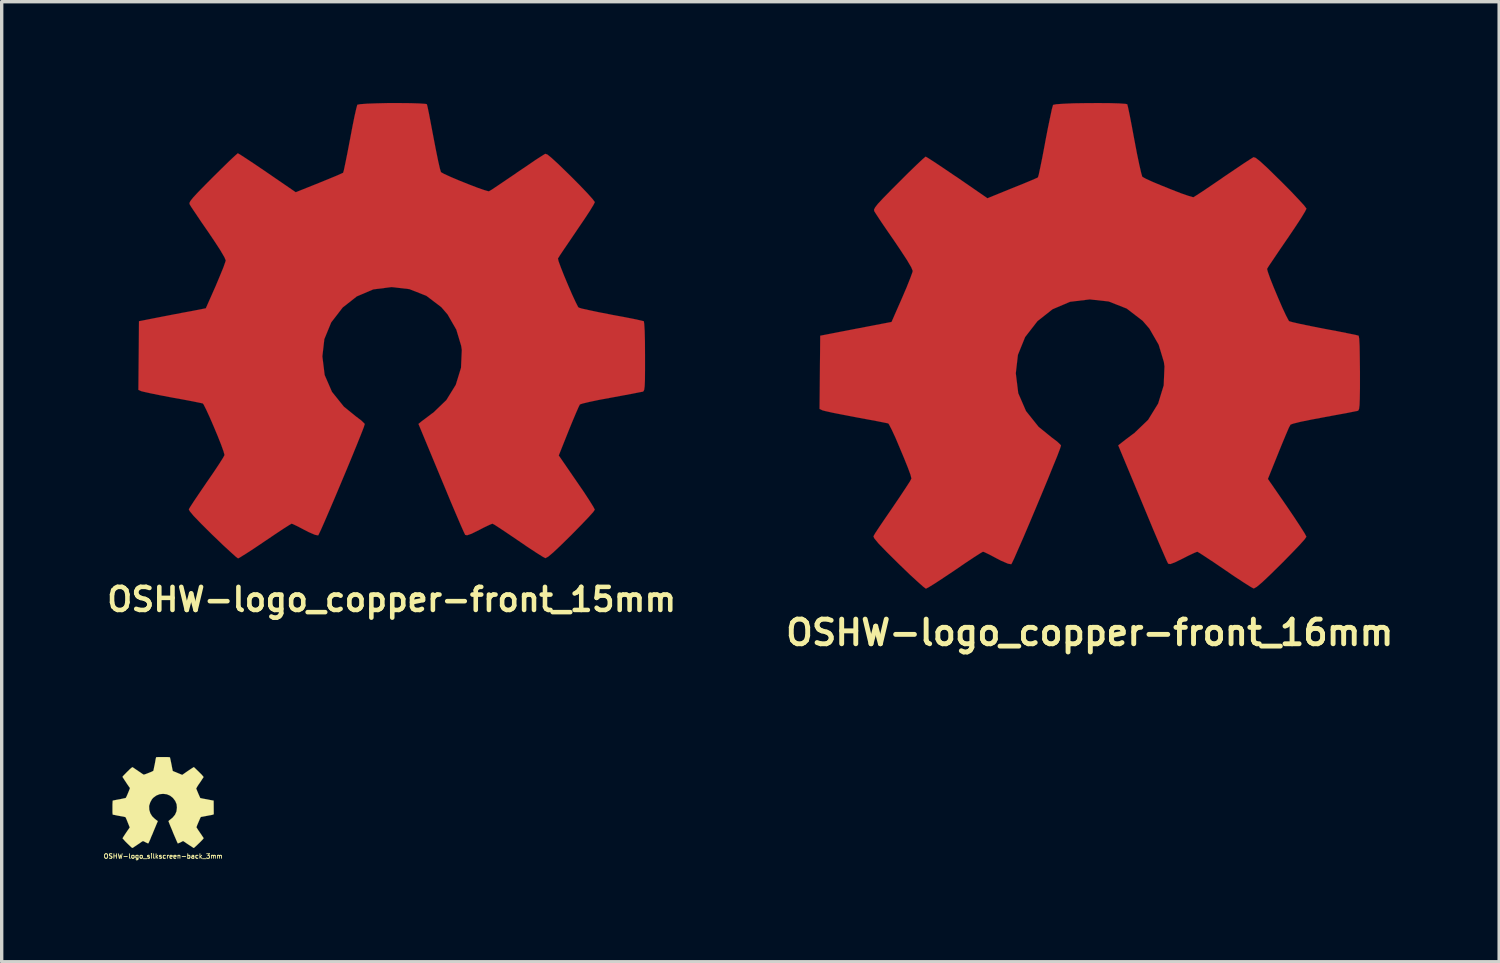
<source format=kicad_pcb>
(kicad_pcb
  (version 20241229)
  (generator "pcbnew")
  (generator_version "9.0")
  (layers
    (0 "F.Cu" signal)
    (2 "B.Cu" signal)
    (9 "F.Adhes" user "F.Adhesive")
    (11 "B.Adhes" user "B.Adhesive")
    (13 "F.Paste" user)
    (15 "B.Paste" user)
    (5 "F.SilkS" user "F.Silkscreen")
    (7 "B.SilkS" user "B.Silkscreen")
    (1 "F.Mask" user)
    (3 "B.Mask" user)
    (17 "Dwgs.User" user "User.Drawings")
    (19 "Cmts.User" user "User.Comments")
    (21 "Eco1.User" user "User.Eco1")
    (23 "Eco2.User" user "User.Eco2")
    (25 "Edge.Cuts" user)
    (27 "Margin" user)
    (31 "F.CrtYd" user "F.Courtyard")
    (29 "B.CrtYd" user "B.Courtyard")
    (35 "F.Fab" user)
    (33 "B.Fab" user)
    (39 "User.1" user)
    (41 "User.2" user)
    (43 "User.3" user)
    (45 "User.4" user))
  (footprint "OSHW-logo_copper-front_16mm"
    (layer "F.Cu")
    (at 29.206 7.189)
    (property "Reference" "OSHW-logo_copper-front_16mm" (at 0 8.486 0) (layer "F.SilkS") (effects (font (size 0.729 0.729) (thickness 0.145))))
    (attr through_hole)
    (fp_poly (pts (xy -4.849 7.186) (xy -4.765 7.142) (xy -4.577 7.026) (xy -4.31 6.85) (xy -3.995 6.64) (xy -3.68 6.424) (xy -3.419 6.251) (xy -3.236 6.134) (xy -3.16 6.091) (xy -3.119 6.104) (xy -2.967 6.177) (xy -2.751 6.292) (xy -2.624 6.358) (xy -2.423 6.444) (xy -2.324 6.462) (xy -2.306 6.434) (xy -2.233 6.281) (xy -2.118 6.017) (xy -1.966 5.672) (xy -1.793 5.265) (xy -1.608 4.826) (xy -1.422 4.381) (xy -1.245 3.955) (xy -1.09 3.571) (xy -0.963 3.261) (xy -0.881 3.045) (xy -0.851 2.951) (xy -0.861 2.931) (xy -0.96 2.835) (xy -1.135 2.703) (xy -1.514 2.395) (xy -1.887 1.928) (xy -2.116 1.4) (xy -2.189 0.81) (xy -2.126 0.264) (xy -1.913 -0.262) (xy -1.547 -0.734) (xy -1.102 -1.085) (xy -0.584 -1.306) (xy 0 -1.377) (xy 0.559 -1.316) (xy 1.095 -1.105) (xy 1.565 -0.744) (xy 1.765 -0.513) (xy 2.04 -0.036) (xy 2.195 0.478) (xy 2.212 0.607) (xy 2.189 1.168) (xy 2.024 1.707) (xy 1.727 2.189) (xy 1.316 2.583) (xy 1.262 2.621) (xy 1.072 2.764) (xy 0.945 2.863) (xy 0.843 2.944) (xy 1.56 4.666) (xy 1.674 4.94) (xy 1.869 5.41) (xy 2.042 5.817) (xy 2.182 6.139) (xy 2.276 6.355) (xy 2.319 6.441) (xy 2.324 6.447) (xy 2.385 6.457) (xy 2.517 6.408) (xy 2.756 6.292) (xy 2.916 6.21) (xy 3.099 6.124) (xy 3.183 6.091) (xy 3.251 6.129) (xy 3.426 6.243) (xy 3.683 6.413) (xy 3.99 6.622) (xy 4.282 6.822) (xy 4.554 7) (xy 4.752 7.125) (xy 4.846 7.178) (xy 4.862 7.178) (xy 4.945 7.13) (xy 5.1 7) (xy 5.334 6.779) (xy 5.667 6.452) (xy 5.718 6.401) (xy 5.989 6.124) (xy 6.213 5.89) (xy 6.36 5.725) (xy 6.413 5.649) (xy 6.365 5.555) (xy 6.241 5.359) (xy 6.063 5.088) (xy 5.845 4.765) (xy 5.273 3.937) (xy 5.588 3.155) (xy 5.685 2.916) (xy 5.806 2.626) (xy 5.895 2.418) (xy 5.944 2.329) (xy 6.027 2.299) (xy 6.243 2.245) (xy 6.553 2.182) (xy 6.921 2.113) (xy 7.275 2.047) (xy 7.595 1.989) (xy 7.823 1.943) (xy 7.927 1.923) (xy 7.953 1.908) (xy 7.973 1.857) (xy 7.986 1.75) (xy 7.993 1.554) (xy 7.998 1.252) (xy 7.998 0.81) (xy 7.998 0.762) (xy 7.993 0.34) (xy 7.988 0.005) (xy 7.976 -0.213) (xy 7.96 -0.3) (xy 7.96 -0.302) (xy 7.861 -0.328) (xy 7.635 -0.373) (xy 7.318 -0.437) (xy 6.937 -0.508) (xy 6.914 -0.513) (xy 6.535 -0.587) (xy 6.218 -0.653) (xy 5.997 -0.704) (xy 5.903 -0.732) (xy 5.883 -0.759) (xy 5.806 -0.907) (xy 5.697 -1.14) (xy 5.573 -1.427) (xy 5.448 -1.725) (xy 5.342 -1.991) (xy 5.271 -2.192) (xy 5.248 -2.281) (xy 5.25 -2.283) (xy 5.306 -2.375) (xy 5.438 -2.57) (xy 5.621 -2.842) (xy 5.842 -3.165) (xy 5.86 -3.19) (xy 6.076 -3.51) (xy 6.253 -3.78) (xy 6.37 -3.973) (xy 6.413 -4.059) (xy 6.413 -4.067) (xy 6.342 -4.161) (xy 6.177 -4.341) (xy 5.946 -4.585) (xy 5.664 -4.869) (xy 5.575 -4.956) (xy 5.265 -5.26) (xy 5.05 -5.458) (xy 4.915 -5.565) (xy 4.849 -5.588) (xy 4.846 -5.585) (xy 4.752 -5.527) (xy 4.549 -5.395) (xy 4.275 -5.21) (xy 3.95 -4.991) (xy 3.927 -4.973) (xy 3.609 -4.757) (xy 3.343 -4.577) (xy 3.152 -4.453) (xy 3.071 -4.402) (xy 3.056 -4.402) (xy 2.926 -4.44) (xy 2.697 -4.519) (xy 2.418 -4.628) (xy 2.123 -4.747) (xy 1.854 -4.859) (xy 1.651 -4.953) (xy 1.557 -5.006) (xy 1.554 -5.011) (xy 1.521 -5.126) (xy 1.466 -5.364) (xy 1.397 -5.695) (xy 1.323 -6.086) (xy 1.311 -6.149) (xy 1.24 -6.53) (xy 1.179 -6.845) (xy 1.133 -7.061) (xy 1.11 -7.153) (xy 1.057 -7.165) (xy 0.869 -7.178) (xy 0.587 -7.186) (xy 0.241 -7.188) (xy -0.122 -7.186) (xy -0.475 -7.181) (xy -0.777 -7.168) (xy -0.993 -7.153) (xy -1.082 -7.135) (xy -1.087 -7.13) (xy -1.12 -7.013) (xy -1.171 -6.772) (xy -1.24 -6.441) (xy -1.316 -6.048) (xy -1.328 -5.979) (xy -1.4 -5.598) (xy -1.463 -5.288) (xy -1.509 -5.072) (xy -1.534 -4.989) (xy -1.567 -4.971) (xy -1.725 -4.902) (xy -1.979 -4.796) (xy -2.296 -4.669) (xy -3.028 -4.371) (xy -3.924 -4.989) (xy -4.008 -5.044) (xy -4.331 -5.263) (xy -4.597 -5.441) (xy -4.783 -5.56) (xy -4.856 -5.603) (xy -4.864 -5.598) (xy -4.953 -5.522) (xy -5.131 -5.354) (xy -5.375 -5.118) (xy -5.657 -4.836) (xy -5.865 -4.628) (xy -6.114 -4.374) (xy -6.271 -4.206) (xy -6.355 -4.097) (xy -6.386 -4.031) (xy -6.378 -3.988) (xy -6.32 -3.896) (xy -6.19 -3.698) (xy -6.005 -3.426) (xy -5.786 -3.109) (xy -5.606 -2.842) (xy -5.41 -2.543) (xy -5.283 -2.327) (xy -5.24 -2.22) (xy -5.25 -2.177) (xy -5.314 -2.002) (xy -5.42 -1.735) (xy -5.555 -1.42) (xy -5.867 -0.709) (xy -6.335 -0.62) (xy -6.614 -0.566) (xy -7.01 -0.49) (xy -7.389 -0.417) (xy -7.978 -0.302) (xy -7.998 1.867) (xy -7.907 1.908) (xy -7.821 1.93) (xy -7.602 1.979) (xy -7.29 2.04) (xy -6.921 2.111) (xy -6.609 2.169) (xy -6.292 2.228) (xy -6.066 2.273) (xy -5.964 2.294) (xy -5.939 2.329) (xy -5.86 2.482) (xy -5.748 2.723) (xy -5.624 3.018) (xy -5.497 3.32) (xy -5.385 3.599) (xy -5.306 3.813) (xy -5.278 3.924) (xy -5.321 4.008) (xy -5.441 4.194) (xy -5.616 4.458) (xy -5.829 4.773) (xy -6.045 5.088) (xy -6.226 5.354) (xy -6.353 5.547) (xy -6.403 5.636) (xy -6.378 5.695) (xy -6.253 5.847) (xy -6.015 6.093) (xy -5.664 6.441) (xy -5.606 6.497) (xy -5.326 6.767) (xy -5.088 6.985) (xy -4.923 7.132) (xy -4.849 7.186)) (stroke (width 0.003) (type solid)) (fill yes) (layer "F.Cu")))
  (footprint "OSHW-logo_copper-front_15mm"
    (layer "F.Cu")
    (at 8.544 6.74)
    (property "Reference" "OSHW-logo_copper-front_15mm" (at 0 7.955 0) (layer "F.SilkS") (effects (font (size 0.683 0.683) (thickness 0.135))))
    (attr through_hole)
    (fp_poly (pts (xy -4.547 6.739) (xy -4.468 6.695) (xy -4.293 6.586) (xy -4.041 6.421) (xy -3.747 6.223) (xy -3.449 6.022) (xy -3.205 5.86) (xy -3.033 5.751) (xy -2.962 5.71) (xy -2.924 5.723) (xy -2.781 5.791) (xy -2.578 5.898) (xy -2.459 5.959) (xy -2.271 6.04) (xy -2.177 6.058) (xy -2.162 6.032) (xy -2.093 5.888) (xy -1.984 5.641) (xy -1.844 5.316) (xy -1.681 4.935) (xy -1.509 4.526) (xy -1.333 4.107) (xy -1.168 3.708) (xy -1.021 3.348) (xy -0.904 3.056) (xy -0.826 2.855) (xy -0.798 2.766) (xy -0.805 2.748) (xy -0.899 2.657) (xy -1.064 2.532) (xy -1.417 2.245) (xy -1.768 1.808) (xy -1.984 1.311) (xy -2.052 0.759) (xy -1.994 0.249) (xy -1.791 -0.246) (xy -1.45 -0.688) (xy -1.034 -1.016) (xy -0.546 -1.224) (xy 0 -1.293) (xy 0.523 -1.232) (xy 1.026 -1.034) (xy 1.468 -0.699) (xy 1.654 -0.483) (xy 1.913 -0.033) (xy 2.057 0.447) (xy 2.075 0.569) (xy 2.052 1.095) (xy 1.897 1.6) (xy 1.618 2.052) (xy 1.232 2.423) (xy 1.184 2.456) (xy 1.006 2.591) (xy 0.884 2.682) (xy 0.792 2.758) (xy 1.463 4.374) (xy 1.57 4.63) (xy 1.753 5.072) (xy 1.915 5.453) (xy 2.045 5.756) (xy 2.134 5.956) (xy 2.174 6.038) (xy 2.177 6.043) (xy 2.235 6.053) (xy 2.36 6.01) (xy 2.586 5.898) (xy 2.733 5.822) (xy 2.906 5.74) (xy 2.982 5.71) (xy 3.048 5.745) (xy 3.213 5.852) (xy 3.452 6.012) (xy 3.741 6.208) (xy 4.016 6.396) (xy 4.27 6.563) (xy 4.455 6.68) (xy 4.542 6.728) (xy 4.557 6.728) (xy 4.638 6.683) (xy 4.78 6.563) (xy 5.001 6.355) (xy 5.314 6.048) (xy 5.359 6.002) (xy 5.616 5.74) (xy 5.824 5.522) (xy 5.964 5.367) (xy 6.012 5.296) (xy 5.966 5.207) (xy 5.852 5.024) (xy 5.685 4.768) (xy 5.479 4.468) (xy 4.945 3.691) (xy 5.237 2.959) (xy 5.329 2.733) (xy 5.443 2.461) (xy 5.527 2.268) (xy 5.57 2.182) (xy 5.652 2.154) (xy 5.852 2.106) (xy 6.142 2.045) (xy 6.49 1.981) (xy 6.82 1.92) (xy 7.12 1.864) (xy 7.336 1.821) (xy 7.432 1.803) (xy 7.455 1.788) (xy 7.475 1.742) (xy 7.488 1.641) (xy 7.496 1.458) (xy 7.498 1.173) (xy 7.498 0.759) (xy 7.498 0.714) (xy 7.496 0.32) (xy 7.488 0.005) (xy 7.475 -0.201) (xy 7.463 -0.282) (xy 7.369 -0.305) (xy 7.158 -0.351) (xy 6.861 -0.409) (xy 6.502 -0.475) (xy 6.482 -0.48) (xy 6.126 -0.549) (xy 5.829 -0.612) (xy 5.621 -0.658) (xy 5.535 -0.686) (xy 5.514 -0.711) (xy 5.443 -0.851) (xy 5.342 -1.069) (xy 5.225 -1.339) (xy 5.108 -1.618) (xy 5.009 -1.867) (xy 4.94 -2.055) (xy 4.92 -2.139) (xy 4.923 -2.141) (xy 4.976 -2.228) (xy 5.098 -2.41) (xy 5.271 -2.664) (xy 5.476 -2.967) (xy 5.491 -2.99) (xy 5.695 -3.289) (xy 5.862 -3.543) (xy 5.972 -3.724) (xy 6.012 -3.805) (xy 6.012 -3.81) (xy 5.944 -3.901) (xy 5.791 -4.072) (xy 5.573 -4.3) (xy 5.311 -4.564) (xy 5.227 -4.646) (xy 4.935 -4.93) (xy 4.732 -5.116) (xy 4.608 -5.217) (xy 4.547 -5.237) (xy 4.544 -5.237) (xy 4.455 -5.182) (xy 4.265 -5.06) (xy 4.008 -4.884) (xy 3.703 -4.679) (xy 3.683 -4.663) (xy 3.383 -4.46) (xy 3.132 -4.29) (xy 2.957 -4.173) (xy 2.878 -4.128) (xy 2.865 -4.128) (xy 2.743 -4.163) (xy 2.53 -4.237) (xy 2.268 -4.338) (xy 1.989 -4.45) (xy 1.737 -4.557) (xy 1.549 -4.643) (xy 1.46 -4.694) (xy 1.458 -4.696) (xy 1.425 -4.806) (xy 1.374 -5.029) (xy 1.311 -5.339) (xy 1.24 -5.705) (xy 1.229 -5.763) (xy 1.161 -6.121) (xy 1.105 -6.416) (xy 1.062 -6.622) (xy 1.041 -6.706) (xy 0.991 -6.716) (xy 0.815 -6.728) (xy 0.549 -6.736) (xy 0.226 -6.739) (xy -0.114 -6.739) (xy -0.445 -6.731) (xy -0.729 -6.721) (xy -0.93 -6.706) (xy -1.016 -6.69) (xy -1.019 -6.685) (xy -1.049 -6.574) (xy -1.1 -6.35) (xy -1.163 -6.038) (xy -1.232 -5.672) (xy -1.245 -5.606) (xy -1.313 -5.25) (xy -1.372 -4.958) (xy -1.415 -4.755) (xy -1.438 -4.676) (xy -1.471 -4.661) (xy -1.618 -4.595) (xy -1.857 -4.496) (xy -2.151 -4.376) (xy -2.84 -4.1) (xy -3.68 -4.676) (xy -3.757 -4.729) (xy -4.061 -4.935) (xy -4.31 -5.1) (xy -4.483 -5.212) (xy -4.554 -5.253) (xy -4.559 -5.25) (xy -4.643 -5.177) (xy -4.811 -5.019) (xy -5.037 -4.798) (xy -5.304 -4.534) (xy -5.499 -4.338) (xy -5.73 -4.102) (xy -5.878 -3.942) (xy -5.959 -3.84) (xy -5.987 -3.78) (xy -5.979 -3.739) (xy -5.926 -3.653) (xy -5.801 -3.467) (xy -5.629 -3.211) (xy -5.423 -2.913) (xy -5.255 -2.664) (xy -5.072 -2.383) (xy -4.953 -2.179) (xy -4.912 -2.083) (xy -4.923 -2.042) (xy -4.981 -1.877) (xy -5.083 -1.628) (xy -5.207 -1.331) (xy -5.502 -0.665) (xy -5.939 -0.579) (xy -6.203 -0.531) (xy -6.571 -0.46) (xy -6.927 -0.391) (xy -7.48 -0.282) (xy -7.498 1.75) (xy -7.414 1.788) (xy -7.333 1.808) (xy -7.127 1.854) (xy -6.835 1.913) (xy -6.49 1.979) (xy -6.195 2.032) (xy -5.898 2.088) (xy -5.687 2.131) (xy -5.593 2.151) (xy -5.568 2.182) (xy -5.494 2.327) (xy -5.39 2.553) (xy -5.271 2.827) (xy -5.151 3.114) (xy -5.047 3.376) (xy -4.976 3.574) (xy -4.948 3.678) (xy -4.989 3.757) (xy -5.1 3.932) (xy -5.263 4.178) (xy -5.466 4.473) (xy -5.667 4.768) (xy -5.837 5.019) (xy -5.956 5.202) (xy -6.005 5.283) (xy -5.979 5.339) (xy -5.862 5.481) (xy -5.639 5.712) (xy -5.309 6.04) (xy -5.255 6.091) (xy -4.991 6.345) (xy -4.77 6.548) (xy -4.615 6.688) (xy -4.547 6.739)) (stroke (width 0.003) (type solid)) (fill yes) (layer "F.Cu")))
  (footprint "OSHW-logo_silkscreen-back_3mm"
    (layer "F.Cu")
    (at 1.778 20.704)
    (property "Reference" "OSHW-logo_silkscreen-back_3mm" (at 0 1.59 0) (layer "F.SilkS") (effects (font (size 0.135 0.135) (thickness 0.025))))
    (attr through_hole)
    (fp_poly (pts (xy 0.909 1.346) (xy 0.892 1.339) (xy 0.859 1.316) (xy 0.808 1.283) (xy 0.749 1.245) (xy 0.688 1.204) (xy 0.64 1.171) (xy 0.605 1.148) (xy 0.592 1.14) (xy 0.584 1.143) (xy 0.556 1.158) (xy 0.516 1.179) (xy 0.49 1.191) (xy 0.452 1.206) (xy 0.434 1.212) (xy 0.432 1.206) (xy 0.417 1.176) (xy 0.396 1.128) (xy 0.368 1.062) (xy 0.335 0.986) (xy 0.3 0.904) (xy 0.267 0.82) (xy 0.234 0.742) (xy 0.203 0.668) (xy 0.18 0.61) (xy 0.165 0.569) (xy 0.157 0.551) (xy 0.16 0.549) (xy 0.178 0.531) (xy 0.211 0.505) (xy 0.282 0.447) (xy 0.353 0.361) (xy 0.396 0.262) (xy 0.409 0.15) (xy 0.399 0.048) (xy 0.358 -0.048) (xy 0.29 -0.137) (xy 0.206 -0.203) (xy 0.109 -0.244) (xy 0 -0.257) (xy -0.104 -0.246) (xy -0.203 -0.206) (xy -0.292 -0.14) (xy -0.33 -0.097) (xy -0.381 -0.005) (xy -0.411 0.089) (xy -0.414 0.112) (xy -0.409 0.218) (xy -0.378 0.32) (xy -0.323 0.409) (xy -0.246 0.483) (xy -0.236 0.49) (xy -0.201 0.518) (xy -0.175 0.536) (xy -0.157 0.551) (xy -0.292 0.874) (xy -0.312 0.925) (xy -0.351 1.013) (xy -0.381 1.09) (xy -0.409 1.151) (xy -0.427 1.191) (xy -0.434 1.206) (xy -0.447 1.209) (xy -0.47 1.201) (xy -0.516 1.179) (xy -0.546 1.163) (xy -0.579 1.148) (xy -0.594 1.14) (xy -0.61 1.148) (xy -0.643 1.168) (xy -0.688 1.201) (xy -0.747 1.24) (xy -0.803 1.278) (xy -0.853 1.311) (xy -0.889 1.336) (xy -0.907 1.344) (xy -0.909 1.344) (xy -0.927 1.336) (xy -0.955 1.311) (xy -0.998 1.27) (xy -1.062 1.209) (xy -1.072 1.199) (xy -1.123 1.148) (xy -1.163 1.102) (xy -1.191 1.072) (xy -1.201 1.059) (xy -1.191 1.041) (xy -1.168 1.003) (xy -1.135 0.953) (xy -1.095 0.892) (xy -0.988 0.737) (xy -1.046 0.592) (xy -1.064 0.546) (xy -1.087 0.49) (xy -1.105 0.452) (xy -1.113 0.434) (xy -1.13 0.429) (xy -1.168 0.419) (xy -1.227 0.409) (xy -1.298 0.396) (xy -1.364 0.384) (xy -1.422 0.371) (xy -1.466 0.363) (xy -1.486 0.361) (xy -1.491 0.356) (xy -1.494 0.348) (xy -1.496 0.328) (xy -1.499 0.29) (xy -1.499 0.234) (xy -1.499 0.15) (xy -1.499 0.142) (xy -1.499 0.064) (xy -1.496 0) (xy -1.494 -0.038) (xy -1.491 -0.056) (xy -1.473 -0.061) (xy -1.43 -0.069) (xy -1.372 -0.081) (xy -1.3 -0.094) (xy -1.295 -0.094) (xy -1.224 -0.109) (xy -1.166 -0.122) (xy -1.123 -0.13) (xy -1.105 -0.137) (xy -1.102 -0.142) (xy -1.087 -0.17) (xy -1.067 -0.213) (xy -1.044 -0.267) (xy -1.021 -0.323) (xy -1.001 -0.373) (xy -0.988 -0.409) (xy -0.983 -0.427) (xy -0.993 -0.445) (xy -1.019 -0.48) (xy -1.054 -0.531) (xy -1.095 -0.592) (xy -1.097 -0.597) (xy -1.138 -0.658) (xy -1.171 -0.709) (xy -1.194 -0.744) (xy -1.201 -0.759) (xy -1.201 -0.762) (xy -1.189 -0.78) (xy -1.158 -0.813) (xy -1.113 -0.859) (xy -1.062 -0.912) (xy -1.044 -0.927) (xy -0.986 -0.986) (xy -0.945 -1.021) (xy -0.919 -1.041) (xy -0.909 -1.046) (xy -0.907 -1.046) (xy -0.889 -1.036) (xy -0.851 -1.011) (xy -0.8 -0.975) (xy -0.739 -0.935) (xy -0.737 -0.932) (xy -0.676 -0.892) (xy -0.625 -0.856) (xy -0.589 -0.833) (xy -0.574 -0.826) (xy -0.572 -0.826) (xy -0.549 -0.831) (xy -0.505 -0.846) (xy -0.452 -0.866) (xy -0.396 -0.889) (xy -0.345 -0.909) (xy -0.31 -0.927) (xy -0.292 -0.937) (xy -0.29 -0.937) (xy -0.284 -0.96) (xy -0.274 -1.006) (xy -0.262 -1.067) (xy -0.246 -1.14) (xy -0.244 -1.151) (xy -0.231 -1.224) (xy -0.221 -1.283) (xy -0.211 -1.323) (xy -0.208 -1.341) (xy -0.198 -1.341) (xy -0.163 -1.344) (xy -0.109 -1.346) (xy -0.043 -1.346) (xy 0.023 -1.346) (xy 0.089 -1.346) (xy 0.145 -1.344) (xy 0.185 -1.341) (xy 0.203 -1.336) (xy 0.208 -1.313) (xy 0.218 -1.27) (xy 0.231 -1.206) (xy 0.246 -1.133) (xy 0.249 -1.12) (xy 0.262 -1.049) (xy 0.274 -0.991) (xy 0.282 -0.95) (xy 0.287 -0.935) (xy 0.292 -0.932) (xy 0.323 -0.917) (xy 0.371 -0.899) (xy 0.429 -0.874) (xy 0.566 -0.818) (xy 0.734 -0.935) (xy 0.749 -0.945) (xy 0.81 -0.986) (xy 0.861 -1.019) (xy 0.897 -1.041) (xy 0.909 -1.049) (xy 0.912 -1.049) (xy 0.927 -1.034) (xy 0.96 -1.003) (xy 1.006 -0.958) (xy 1.059 -0.907) (xy 1.1 -0.866) (xy 1.146 -0.82) (xy 1.173 -0.787) (xy 1.191 -0.767) (xy 1.196 -0.754) (xy 1.194 -0.747) (xy 1.184 -0.729) (xy 1.158 -0.693) (xy 1.125 -0.64) (xy 1.085 -0.582) (xy 1.049 -0.531) (xy 1.013 -0.475) (xy 0.991 -0.434) (xy 0.98 -0.417) (xy 0.983 -0.406) (xy 0.996 -0.373) (xy 1.016 -0.325) (xy 1.041 -0.264) (xy 1.1 -0.132) (xy 1.186 -0.114) (xy 1.24 -0.104) (xy 1.313 -0.091) (xy 1.384 -0.076) (xy 1.496 -0.056) (xy 1.499 0.348) (xy 1.481 0.356) (xy 1.466 0.361) (xy 1.425 0.371) (xy 1.367 0.381) (xy 1.298 0.394) (xy 1.237 0.406) (xy 1.179 0.417) (xy 1.135 0.424) (xy 1.118 0.429) (xy 1.113 0.434) (xy 1.097 0.465) (xy 1.077 0.511) (xy 1.054 0.564) (xy 1.029 0.622) (xy 1.008 0.673) (xy 0.993 0.714) (xy 0.988 0.734) (xy 0.996 0.749) (xy 1.019 0.785) (xy 1.052 0.836) (xy 1.092 0.894) (xy 1.133 0.953) (xy 1.166 1.003) (xy 1.191 1.039) (xy 1.199 1.057) (xy 1.194 1.067) (xy 1.171 1.095) (xy 1.128 1.14) (xy 1.062 1.206) (xy 1.049 1.217) (xy 0.998 1.267) (xy 0.953 1.308) (xy 0.922 1.336) (xy 0.909 1.346)) (stroke (width 0.003) (type solid)) (fill yes) (layer "F.SilkS")))
  (gr_rect
    (start -3 -3)
    (end 41.324 25.417)
    (stroke (width 0.1) (type default))
    (fill no)
    (layer "Edge.Cuts")))
</source>
